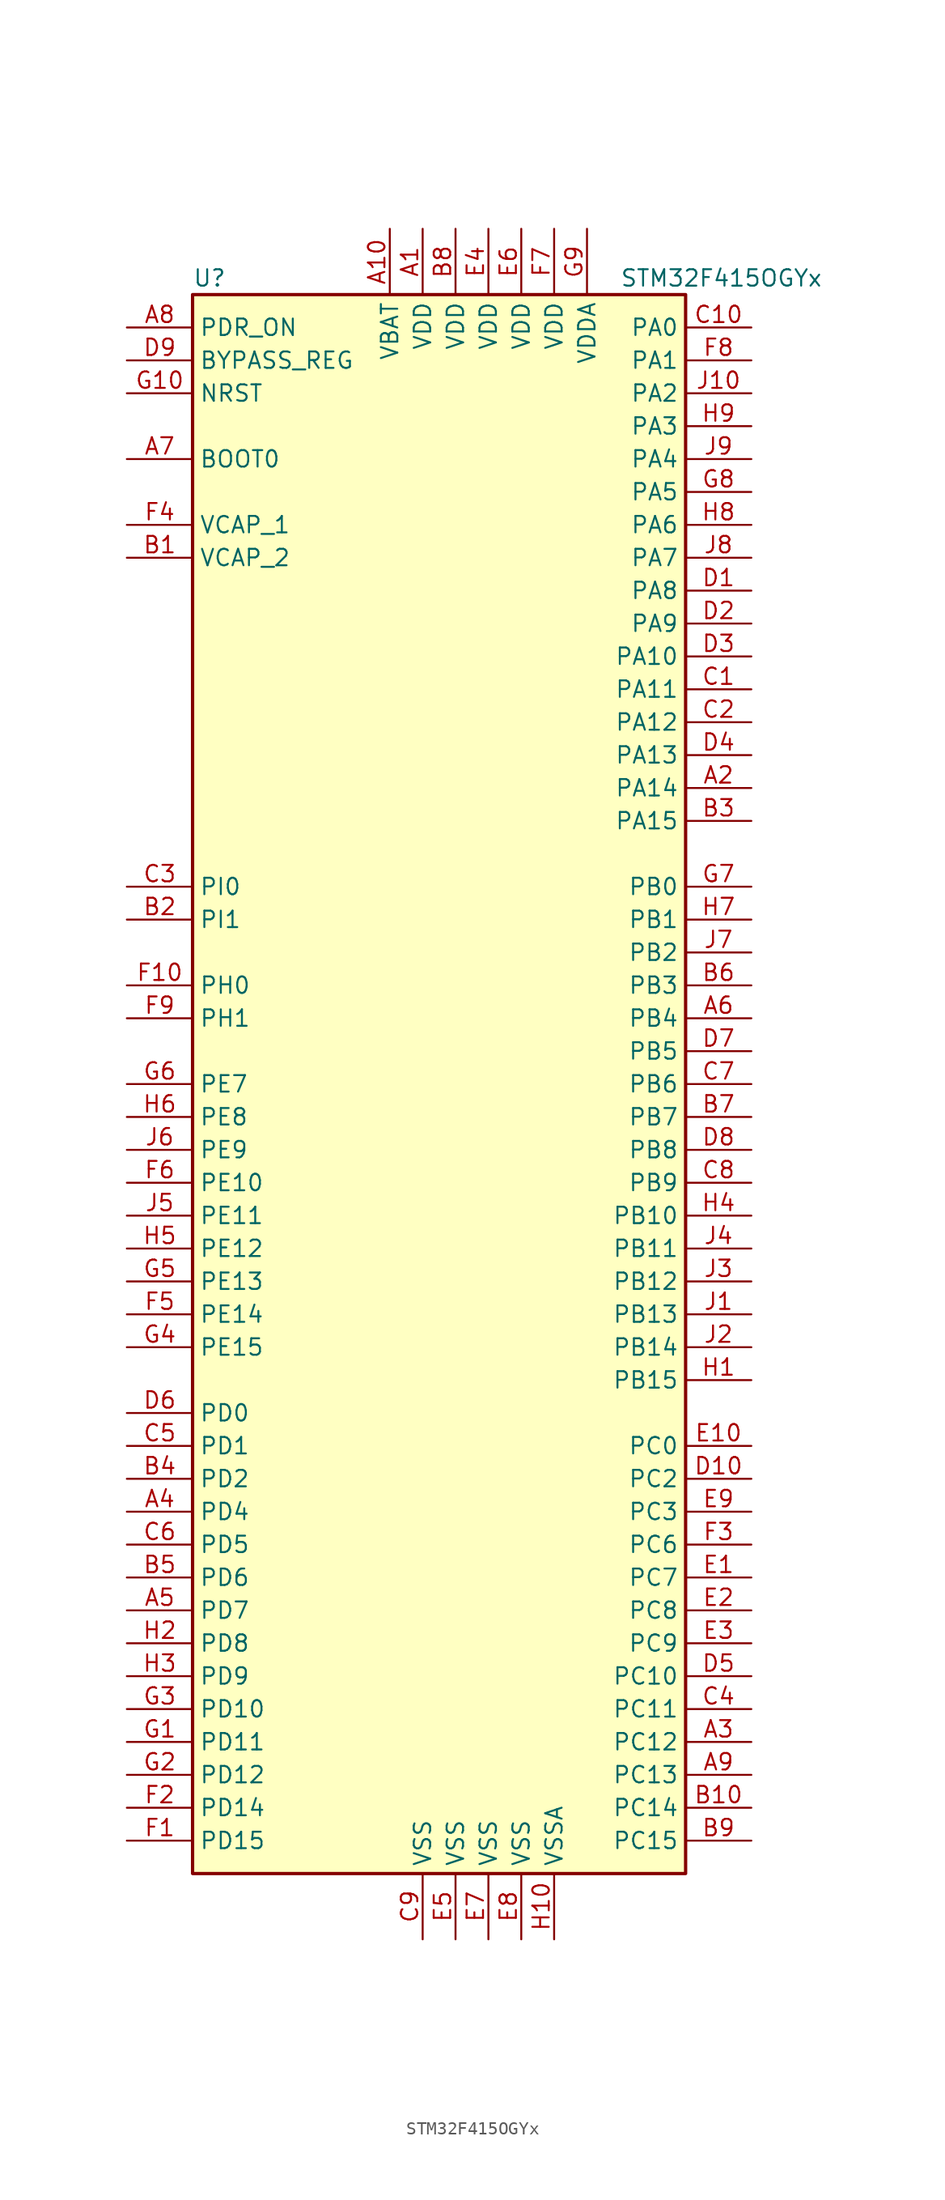
<source format=kicad_sym>
(kicad_symbol_lib
  (version 20201005)
  (generator kicad_symbol_editor)
  (symbol "STM32F415OGYx"
    (property "Reference" "U"
      (at -20.32 62.23 0)
      (effects (font (size 1.27 1.27)) (justify left)))
    (property "Value" "STM32F415OGYx"
      (at 12.7 62.23 0)
      (effects (font (size 1.27 1.27)) (justify left)))
    (symbol "STM32F415OGYx_0_1"
      (rectangle (start -20.32 -60.96) (end 17.78 60.96) (stroke (width 0.254)) (fill (type background))))
    (symbol "STM32F415OGYx_1_1"
      (pin power_in line (at -2.54 66.04 270) (length 5.08) (name "VDD" (effects (font (size 1.27 1.27)))) (number "A1" (effects (font (size 1.27 1.27)))))
      (pin power_in line (at -5.08 66.04 270) (length 5.08) (name "VBAT" (effects (font (size 1.27 1.27)))) (number "A10" (effects (font (size 1.27 1.27)))))
      (pin bidirectional line (at 22.86 22.86 180) (length 5.08) (name "PA14" (effects (font (size 1.27 1.27)))) (number "A2" (effects (font (size 1.27 1.27)))))
      (pin bidirectional line (at 22.86 -50.8 180) (length 5.08) (name "PC12" (effects (font (size 1.27 1.27)))) (number "A3" (effects (font (size 1.27 1.27)))))
      (pin bidirectional line (at -25.4 -33.02 0) (length 5.08) (name "PD4" (effects (font (size 1.27 1.27)))) (number "A4" (effects (font (size 1.27 1.27)))))
      (pin bidirectional line (at -25.4 -40.64 0) (length 5.08) (name "PD7" (effects (font (size 1.27 1.27)))) (number "A5" (effects (font (size 1.27 1.27)))))
      (pin bidirectional line (at 22.86 5.08 180) (length 5.08) (name "PB4" (effects (font (size 1.27 1.27)))) (number "A6" (effects (font (size 1.27 1.27)))))
      (pin input line (at -25.4 48.26 0) (length 5.08) (name "BOOT0" (effects (font (size 1.27 1.27)))) (number "A7" (effects (font (size 1.27 1.27)))))
      (pin input line (at -25.4 58.42 0) (length 5.08) (name "PDR_ON" (effects (font (size 1.27 1.27)))) (number "A8" (effects (font (size 1.27 1.27)))))
      (pin bidirectional line (at 22.86 -53.34 180) (length 5.08) (name "PC13" (effects (font (size 1.27 1.27)))) (number "A9" (effects (font (size 1.27 1.27)))))
      (pin power_in line (at -25.4 40.64 0) (length 5.08) (name "VCAP_2" (effects (font (size 1.27 1.27)))) (number "B1" (effects (font (size 1.27 1.27)))))
      (pin bidirectional line (at 22.86 -55.88 180) (length 5.08) (name "PC14" (effects (font (size 1.27 1.27)))) (number "B10" (effects (font (size 1.27 1.27)))))
      (pin bidirectional line (at -25.4 12.7 0) (length 5.08) (name "PI1" (effects (font (size 1.27 1.27)))) (number "B2" (effects (font (size 1.27 1.27)))))
      (pin bidirectional line (at 22.86 20.32 180) (length 5.08) (name "PA15" (effects (font (size 1.27 1.27)))) (number "B3" (effects (font (size 1.27 1.27)))))
      (pin bidirectional line (at -25.4 -30.48 0) (length 5.08) (name "PD2" (effects (font (size 1.27 1.27)))) (number "B4" (effects (font (size 1.27 1.27)))))
      (pin bidirectional line (at -25.4 -38.1 0) (length 5.08) (name "PD6" (effects (font (size 1.27 1.27)))) (number "B5" (effects (font (size 1.27 1.27)))))
      (pin bidirectional line (at 22.86 7.62 180) (length 5.08) (name "PB3" (effects (font (size 1.27 1.27)))) (number "B6" (effects (font (size 1.27 1.27)))))
      (pin bidirectional line (at 22.86 -2.54 180) (length 5.08) (name "PB7" (effects (font (size 1.27 1.27)))) (number "B7" (effects (font (size 1.27 1.27)))))
      (pin power_in line (at 0 66.04 270) (length 5.08) (name "VDD" (effects (font (size 1.27 1.27)))) (number "B8" (effects (font (size 1.27 1.27)))))
      (pin bidirectional line (at 22.86 -58.42 180) (length 5.08) (name "PC15" (effects (font (size 1.27 1.27)))) (number "B9" (effects (font (size 1.27 1.27)))))
      (pin bidirectional line (at 22.86 30.48 180) (length 5.08) (name "PA11" (effects (font (size 1.27 1.27)))) (number "C1" (effects (font (size 1.27 1.27)))))
      (pin bidirectional line (at 22.86 58.42 180) (length 5.08) (name "PA0" (effects (font (size 1.27 1.27)))) (number "C10" (effects (font (size 1.27 1.27)))))
      (pin bidirectional line (at 22.86 27.94 180) (length 5.08) (name "PA12" (effects (font (size 1.27 1.27)))) (number "C2" (effects (font (size 1.27 1.27)))))
      (pin bidirectional line (at -25.4 15.24 0) (length 5.08) (name "PI0" (effects (font (size 1.27 1.27)))) (number "C3" (effects (font (size 1.27 1.27)))))
      (pin bidirectional line (at 22.86 -48.26 180) (length 5.08) (name "PC11" (effects (font (size 1.27 1.27)))) (number "C4" (effects (font (size 1.27 1.27)))))
      (pin bidirectional line (at -25.4 -27.94 0) (length 5.08) (name "PD1" (effects (font (size 1.27 1.27)))) (number "C5" (effects (font (size 1.27 1.27)))))
      (pin bidirectional line (at -25.4 -35.56 0) (length 5.08) (name "PD5" (effects (font (size 1.27 1.27)))) (number "C6" (effects (font (size 1.27 1.27)))))
      (pin bidirectional line (at 22.86 0 180) (length 5.08) (name "PB6" (effects (font (size 1.27 1.27)))) (number "C7" (effects (font (size 1.27 1.27)))))
      (pin bidirectional line (at 22.86 -7.62 180) (length 5.08) (name "PB9" (effects (font (size 1.27 1.27)))) (number "C8" (effects (font (size 1.27 1.27)))))
      (pin power_in line (at -2.54 -66.04 90) (length 5.08) (name "VSS" (effects (font (size 1.27 1.27)))) (number "C9" (effects (font (size 1.27 1.27)))))
      (pin bidirectional line (at 22.86 38.1 180) (length 5.08) (name "PA8" (effects (font (size 1.27 1.27)))) (number "D1" (effects (font (size 1.27 1.27)))))
      (pin bidirectional line (at 22.86 -30.48 180) (length 5.08) (name "PC2" (effects (font (size 1.27 1.27)))) (number "D10" (effects (font (size 1.27 1.27)))))
      (pin bidirectional line (at 22.86 35.56 180) (length 5.08) (name "PA9" (effects (font (size 1.27 1.27)))) (number "D2" (effects (font (size 1.27 1.27)))))
      (pin bidirectional line (at 22.86 33.02 180) (length 5.08) (name "PA10" (effects (font (size 1.27 1.27)))) (number "D3" (effects (font (size 1.27 1.27)))))
      (pin bidirectional line (at 22.86 25.4 180) (length 5.08) (name "PA13" (effects (font (size 1.27 1.27)))) (number "D4" (effects (font (size 1.27 1.27)))))
      (pin bidirectional line (at 22.86 -45.72 180) (length 5.08) (name "PC10" (effects (font (size 1.27 1.27)))) (number "D5" (effects (font (size 1.27 1.27)))))
      (pin bidirectional line (at -25.4 -25.4 0) (length 5.08) (name "PD0" (effects (font (size 1.27 1.27)))) (number "D6" (effects (font (size 1.27 1.27)))))
      (pin bidirectional line (at 22.86 2.54 180) (length 5.08) (name "PB5" (effects (font (size 1.27 1.27)))) (number "D7" (effects (font (size 1.27 1.27)))))
      (pin bidirectional line (at 22.86 -5.08 180) (length 5.08) (name "PB8" (effects (font (size 1.27 1.27)))) (number "D8" (effects (font (size 1.27 1.27)))))
      (pin input line (at -25.4 55.88 0) (length 5.08) (name "BYPASS_REG" (effects (font (size 1.27 1.27)))) (number "D9" (effects (font (size 1.27 1.27)))))
      (pin bidirectional line (at 22.86 -38.1 180) (length 5.08) (name "PC7" (effects (font (size 1.27 1.27)))) (number "E1" (effects (font (size 1.27 1.27)))))
      (pin bidirectional line (at 22.86 -27.94 180) (length 5.08) (name "PC0" (effects (font (size 1.27 1.27)))) (number "E10" (effects (font (size 1.27 1.27)))))
      (pin bidirectional line (at 22.86 -40.64 180) (length 5.08) (name "PC8" (effects (font (size 1.27 1.27)))) (number "E2" (effects (font (size 1.27 1.27)))))
      (pin bidirectional line (at 22.86 -43.18 180) (length 5.08) (name "PC9" (effects (font (size 1.27 1.27)))) (number "E3" (effects (font (size 1.27 1.27)))))
      (pin power_in line (at 2.54 66.04 270) (length 5.08) (name "VDD" (effects (font (size 1.27 1.27)))) (number "E4" (effects (font (size 1.27 1.27)))))
      (pin power_in line (at 0 -66.04 90) (length 5.08) (name "VSS" (effects (font (size 1.27 1.27)))) (number "E5" (effects (font (size 1.27 1.27)))))
      (pin power_in line (at 5.08 66.04 270) (length 5.08) (name "VDD" (effects (font (size 1.27 1.27)))) (number "E6" (effects (font (size 1.27 1.27)))))
      (pin power_in line (at 2.54 -66.04 90) (length 5.08) (name "VSS" (effects (font (size 1.27 1.27)))) (number "E7" (effects (font (size 1.27 1.27)))))
      (pin power_in line (at 5.08 -66.04 90) (length 5.08) (name "VSS" (effects (font (size 1.27 1.27)))) (number "E8" (effects (font (size 1.27 1.27)))))
      (pin bidirectional line (at 22.86 -33.02 180) (length 5.08) (name "PC3" (effects (font (size 1.27 1.27)))) (number "E9" (effects (font (size 1.27 1.27)))))
      (pin bidirectional line (at -25.4 -58.42 0) (length 5.08) (name "PD15" (effects (font (size 1.27 1.27)))) (number "F1" (effects (font (size 1.27 1.27)))))
      (pin input line (at -25.4 7.62 0) (length 5.08) (name "PH0" (effects (font (size 1.27 1.27)))) (number "F10" (effects (font (size 1.27 1.27)))))
      (pin bidirectional line (at -25.4 -55.88 0) (length 5.08) (name "PD14" (effects (font (size 1.27 1.27)))) (number "F2" (effects (font (size 1.27 1.27)))))
      (pin bidirectional line (at 22.86 -35.56 180) (length 5.08) (name "PC6" (effects (font (size 1.27 1.27)))) (number "F3" (effects (font (size 1.27 1.27)))))
      (pin power_in line (at -25.4 43.18 0) (length 5.08) (name "VCAP_1" (effects (font (size 1.27 1.27)))) (number "F4" (effects (font (size 1.27 1.27)))))
      (pin bidirectional line (at -25.4 -17.78 0) (length 5.08) (name "PE14" (effects (font (size 1.27 1.27)))) (number "F5" (effects (font (size 1.27 1.27)))))
      (pin bidirectional line (at -25.4 -7.62 0) (length 5.08) (name "PE10" (effects (font (size 1.27 1.27)))) (number "F6" (effects (font (size 1.27 1.27)))))
      (pin power_in line (at 7.62 66.04 270) (length 5.08) (name "VDD" (effects (font (size 1.27 1.27)))) (number "F7" (effects (font (size 1.27 1.27)))))
      (pin bidirectional line (at 22.86 55.88 180) (length 5.08) (name "PA1" (effects (font (size 1.27 1.27)))) (number "F8" (effects (font (size 1.27 1.27)))))
      (pin input line (at -25.4 5.08 0) (length 5.08) (name "PH1" (effects (font (size 1.27 1.27)))) (number "F9" (effects (font (size 1.27 1.27)))))
      (pin bidirectional line (at -25.4 -50.8 0) (length 5.08) (name "PD11" (effects (font (size 1.27 1.27)))) (number "G1" (effects (font (size 1.27 1.27)))))
      (pin input line (at -25.4 53.34 0) (length 5.08) (name "NRST" (effects (font (size 1.27 1.27)))) (number "G10" (effects (font (size 1.27 1.27)))))
      (pin bidirectional line (at -25.4 -53.34 0) (length 5.08) (name "PD12" (effects (font (size 1.27 1.27)))) (number "G2" (effects (font (size 1.27 1.27)))))
      (pin bidirectional line (at -25.4 -48.26 0) (length 5.08) (name "PD10" (effects (font (size 1.27 1.27)))) (number "G3" (effects (font (size 1.27 1.27)))))
      (pin bidirectional line (at -25.4 -20.32 0) (length 5.08) (name "PE15" (effects (font (size 1.27 1.27)))) (number "G4" (effects (font (size 1.27 1.27)))))
      (pin bidirectional line (at -25.4 -15.24 0) (length 5.08) (name "PE13" (effects (font (size 1.27 1.27)))) (number "G5" (effects (font (size 1.27 1.27)))))
      (pin bidirectional line (at -25.4 0 0) (length 5.08) (name "PE7" (effects (font (size 1.27 1.27)))) (number "G6" (effects (font (size 1.27 1.27)))))
      (pin bidirectional line (at 22.86 15.24 180) (length 5.08) (name "PB0" (effects (font (size 1.27 1.27)))) (number "G7" (effects (font (size 1.27 1.27)))))
      (pin bidirectional line (at 22.86 45.72 180) (length 5.08) (name "PA5" (effects (font (size 1.27 1.27)))) (number "G8" (effects (font (size 1.27 1.27)))))
      (pin power_in line (at 10.16 66.04 270) (length 5.08) (name "VDDA" (effects (font (size 1.27 1.27)))) (number "G9" (effects (font (size 1.27 1.27)))))
      (pin bidirectional line (at 22.86 -22.86 180) (length 5.08) (name "PB15" (effects (font (size 1.27 1.27)))) (number "H1" (effects (font (size 1.27 1.27)))))
      (pin power_in line (at 7.62 -66.04 90) (length 5.08) (name "VSSA" (effects (font (size 1.27 1.27)))) (number "H10" (effects (font (size 1.27 1.27)))))
      (pin bidirectional line (at -25.4 -43.18 0) (length 5.08) (name "PD8" (effects (font (size 1.27 1.27)))) (number "H2" (effects (font (size 1.27 1.27)))))
      (pin bidirectional line (at -25.4 -45.72 0) (length 5.08) (name "PD9" (effects (font (size 1.27 1.27)))) (number "H3" (effects (font (size 1.27 1.27)))))
      (pin bidirectional line (at 22.86 -10.16 180) (length 5.08) (name "PB10" (effects (font (size 1.27 1.27)))) (number "H4" (effects (font (size 1.27 1.27)))))
      (pin bidirectional line (at -25.4 -12.7 0) (length 5.08) (name "PE12" (effects (font (size 1.27 1.27)))) (number "H5" (effects (font (size 1.27 1.27)))))
      (pin bidirectional line (at -25.4 -2.54 0) (length 5.08) (name "PE8" (effects (font (size 1.27 1.27)))) (number "H6" (effects (font (size 1.27 1.27)))))
      (pin bidirectional line (at 22.86 12.7 180) (length 5.08) (name "PB1" (effects (font (size 1.27 1.27)))) (number "H7" (effects (font (size 1.27 1.27)))))
      (pin bidirectional line (at 22.86 43.18 180) (length 5.08) (name "PA6" (effects (font (size 1.27 1.27)))) (number "H8" (effects (font (size 1.27 1.27)))))
      (pin bidirectional line (at 22.86 50.8 180) (length 5.08) (name "PA3" (effects (font (size 1.27 1.27)))) (number "H9" (effects (font (size 1.27 1.27)))))
      (pin bidirectional line (at 22.86 -17.78 180) (length 5.08) (name "PB13" (effects (font (size 1.27 1.27)))) (number "J1" (effects (font (size 1.27 1.27)))))
      (pin bidirectional line (at 22.86 53.34 180) (length 5.08) (name "PA2" (effects (font (size 1.27 1.27)))) (number "J10" (effects (font (size 1.27 1.27)))))
      (pin bidirectional line (at 22.86 -20.32 180) (length 5.08) (name "PB14" (effects (font (size 1.27 1.27)))) (number "J2" (effects (font (size 1.27 1.27)))))
      (pin bidirectional line (at 22.86 -15.24 180) (length 5.08) (name "PB12" (effects (font (size 1.27 1.27)))) (number "J3" (effects (font (size 1.27 1.27)))))
      (pin bidirectional line (at 22.86 -12.7 180) (length 5.08) (name "PB11" (effects (font (size 1.27 1.27)))) (number "J4" (effects (font (size 1.27 1.27)))))
      (pin bidirectional line (at -25.4 -10.16 0) (length 5.08) (name "PE11" (effects (font (size 1.27 1.27)))) (number "J5" (effects (font (size 1.27 1.27)))))
      (pin bidirectional line (at -25.4 -5.08 0) (length 5.08) (name "PE9" (effects (font (size 1.27 1.27)))) (number "J6" (effects (font (size 1.27 1.27)))))
      (pin bidirectional line (at 22.86 10.16 180) (length 5.08) (name "PB2" (effects (font (size 1.27 1.27)))) (number "J7" (effects (font (size 1.27 1.27)))))
      (pin bidirectional line (at 22.86 40.64 180) (length 5.08) (name "PA7" (effects (font (size 1.27 1.27)))) (number "J8" (effects (font (size 1.27 1.27)))))
      (pin bidirectional line (at 22.86 48.26 180) (length 5.08) (name "PA4" (effects (font (size 1.27 1.27)))) (number "J9" (effects (font (size 1.27 1.27))))))))
</source>
